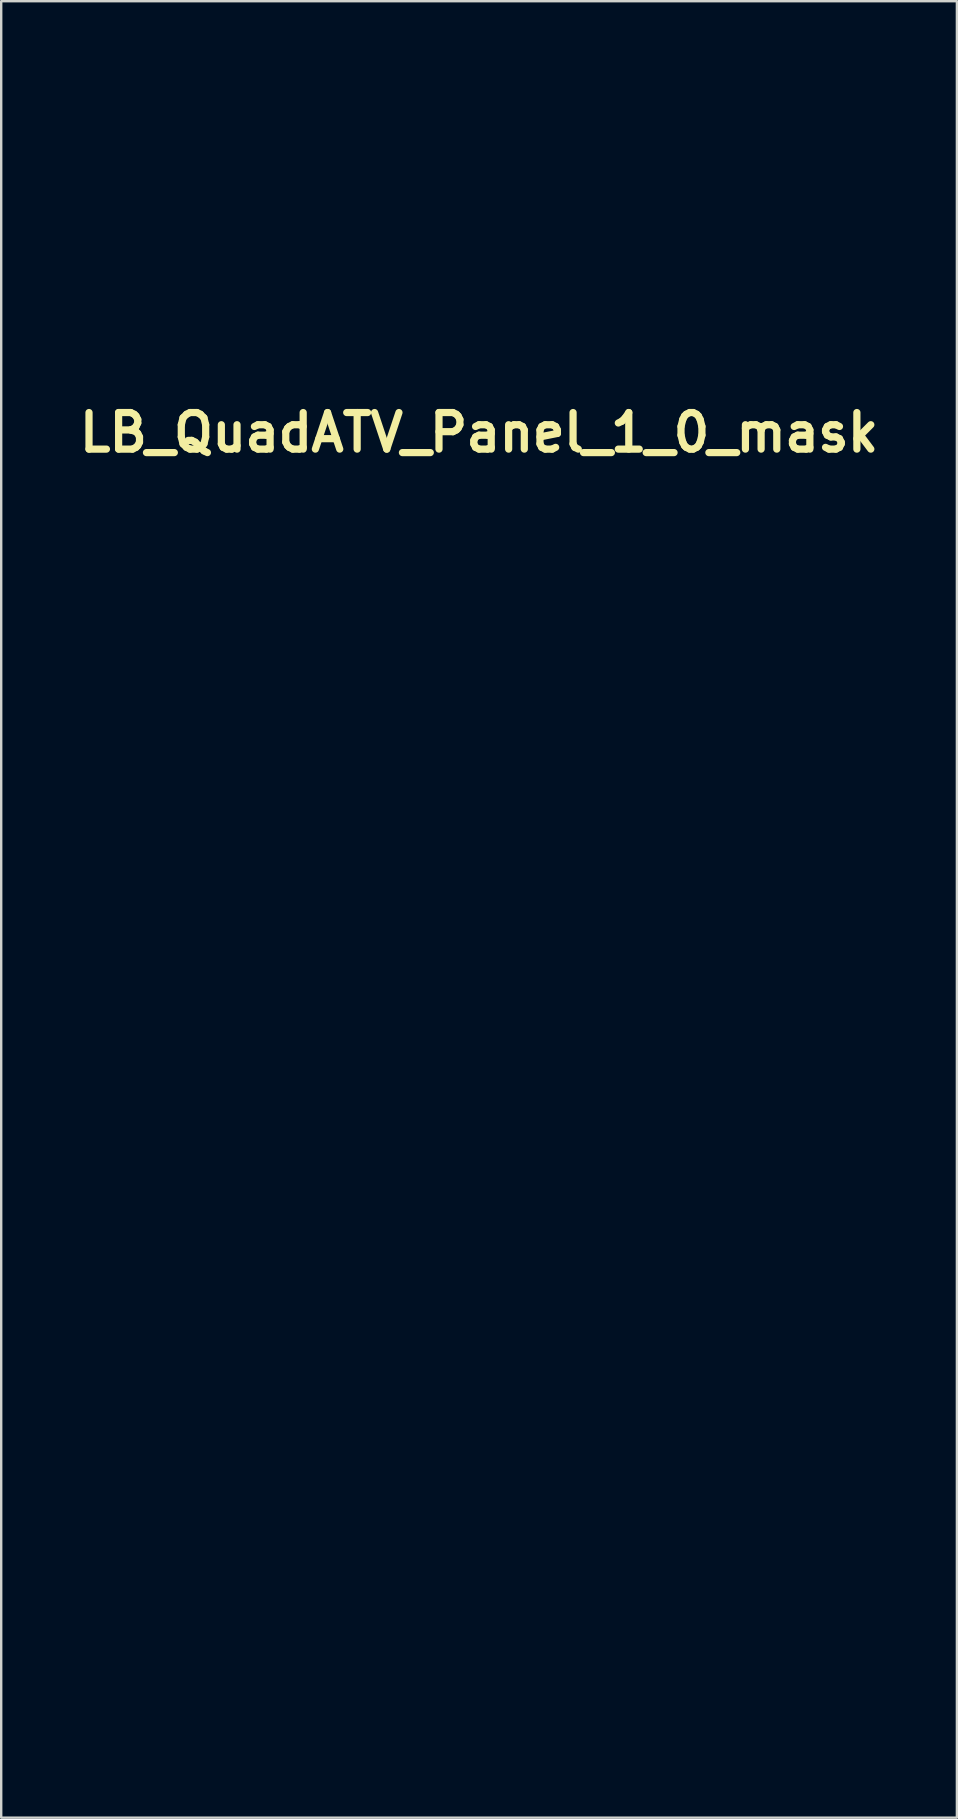
<source format=kicad_pcb>
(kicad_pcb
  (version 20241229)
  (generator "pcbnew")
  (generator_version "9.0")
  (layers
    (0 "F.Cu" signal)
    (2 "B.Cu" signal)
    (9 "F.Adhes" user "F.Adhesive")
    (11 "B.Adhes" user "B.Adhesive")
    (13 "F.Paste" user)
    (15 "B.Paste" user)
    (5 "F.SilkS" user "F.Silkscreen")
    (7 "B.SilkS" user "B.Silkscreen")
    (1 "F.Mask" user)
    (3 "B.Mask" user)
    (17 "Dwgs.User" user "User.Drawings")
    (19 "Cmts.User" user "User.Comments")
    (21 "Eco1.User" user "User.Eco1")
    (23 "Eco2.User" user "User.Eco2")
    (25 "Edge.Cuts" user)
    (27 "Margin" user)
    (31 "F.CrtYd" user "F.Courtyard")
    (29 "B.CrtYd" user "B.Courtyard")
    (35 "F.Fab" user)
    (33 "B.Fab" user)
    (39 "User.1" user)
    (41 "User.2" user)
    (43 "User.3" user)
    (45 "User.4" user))
  (footprint "LB_QuadATV_Panel_1_0_mask"
    (layer "F.Cu")
    (at 16.916 14.979)
    (property "Reference" "LB_QuadATV_Panel_1_0_mask" (at 0 0 0) (layer "F.SilkS") (effects (font (size 1.524 1.524) (thickness 0.3))))
    (attr through_hole)
    (fp_poly (pts (xy 4.064 -9.716) (xy 4.043 -9.694) (xy 4.022 -9.716) (xy 4.043 -9.737) (xy 4.064 -9.716)) (stroke (width 0.01) (type solid)) (fill yes) (layer "F.Mask"))
    (fp_poly (pts (xy 4.064 -8.954) (xy 4.043 -8.932) (xy 4.022 -8.954) (xy 4.043 -8.975) (xy 4.064 -8.954)) (stroke (width 0.01) (type solid)) (fill yes) (layer "F.Mask"))
    (fp_poly (pts (xy 4.064 -9.365) (xy 4.064 -9.356) (xy 4.031 -9.315) (xy 4.019 -9.313) (xy 3.994 -9.339) (xy 4 -9.356) (xy 4.039 -9.396) (xy 4.045 -9.398) (xy 4.064 -9.365)) (stroke (width 0.01) (type solid)) (fill yes) (layer "F.Mask"))
    (fp_poly (pts (xy 0.413 -14.046) (xy 0.427 -14.045) (xy 0.665 -14.04) (xy 0.832 -14.034) (xy 0.94 -14.024) (xy 1.001 -14.01) (xy 1.03 -13.988) (xy 1.037 -13.957) (xy 1.037 -13.949) (xy 1.033 -13.916) (xy 1.011 -13.893) (xy 0.958 -13.877) (xy 0.863 -13.866) (xy 0.713 -13.859) (xy 0.494 -13.854) (xy 0.412 -13.852) (xy 0.166 -13.849) (xy -0.009 -13.85) (xy -0.124 -13.856) (xy -0.193 -13.869) (xy -0.228 -13.89) (xy -0.239 -13.908) (xy -0.25 -13.963) (xy -0.226 -14.003) (xy -0.158 -14.029) (xy -0.035 -14.043) (xy 0.152 -14.048) (xy 0.413 -14.046)) (stroke (width 0.01) (type solid)) (fill yes) (layer "F.Mask"))
    (fp_poly (pts (xy 1.046 -5.475) (xy 1.079 -5.376) (xy 1.115 -5.278) (xy 1.175 -5.254) (xy 1.27 -5.292) (xy 1.35 -5.311) (xy 1.375 -5.293) (xy 1.357 -5.252) (xy 1.281 -5.203) (xy 1.255 -5.191) (xy 1.165 -5.148) (xy 1.129 -5.099) (xy 1.133 -5.013) (xy 1.142 -4.957) (xy 1.156 -4.832) (xy 1.137 -4.784) (xy 1.087 -4.812) (xy 1.066 -4.871) (xy 1.058 -4.965) (xy 1.049 -5.051) (xy 1.012 -5.072) (xy 0.974 -5.064) (xy 0.857 -5.028) (xy 0.804 -5.012) (xy 0.732 -5.001) (xy 0.719 -5.024) (xy 0.756 -5.065) (xy 0.835 -5.11) (xy 0.872 -5.124) (xy 0.97 -5.162) (xy 1.008 -5.209) (xy 1.005 -5.297) (xy 0.999 -5.339) (xy 0.993 -5.453) (xy 1.013 -5.501) (xy 1.046 -5.475)) (stroke (width 0.01) (type solid)) (fill yes) (layer "F.Mask"))
    (fp_poly (pts (xy 6.188 -5.058) (xy 6.189 -4.963) (xy 6.186 -4.856) (xy 6.218 -4.798) (xy 6.307 -4.755) (xy 6.325 -4.748) (xy 6.418 -4.703) (xy 6.47 -4.657) (xy 6.475 -4.625) (xy 6.422 -4.623) (xy 6.392 -4.631) (xy 6.278 -4.666) (xy 6.226 -4.682) (xy 6.168 -4.685) (xy 6.14 -4.634) (xy 6.131 -4.569) (xy 6.107 -4.453) (xy 6.075 -4.417) (xy 6.05 -4.458) (xy 6.046 -4.574) (xy 6.046 -4.582) (xy 6.05 -4.698) (xy 6.026 -4.761) (xy 5.959 -4.8) (xy 5.926 -4.813) (xy 5.843 -4.859) (xy 5.817 -4.904) (xy 5.82 -4.909) (xy 5.874 -4.931) (xy 5.926 -4.911) (xy 6.027 -4.872) (xy 6.082 -4.898) (xy 6.104 -4.981) (xy 6.13 -5.083) (xy 6.164 -5.108) (xy 6.188 -5.058)) (stroke (width 0.01) (type solid)) (fill yes) (layer "F.Mask"))
    (fp_poly (pts (xy 9.131 -11.265) (xy 9.164 -11.161) (xy 9.208 -11.009) (xy 9.248 -10.861) (xy 9.366 -10.418) (xy 9.493 -10.444) (xy 9.582 -10.452) (xy 9.605 -10.426) (xy 9.602 -10.414) (xy 9.557 -10.378) (xy 9.456 -10.333) (xy 9.328 -10.289) (xy 9.197 -10.252) (xy 9.092 -10.232) (xy 9.039 -10.237) (xy 9.018 -10.295) (xy 9.061 -10.329) (xy 9.07 -10.33) (xy 9.151 -10.342) (xy 9.194 -10.383) (xy 9.201 -10.468) (xy 9.176 -10.61) (xy 9.14 -10.747) (xy 9.091 -10.918) (xy 9.052 -11.019) (xy 9.017 -11.066) (xy 8.978 -11.071) (xy 8.971 -11.069) (xy 8.895 -11.062) (xy 8.878 -11.1) (xy 8.921 -11.165) (xy 8.975 -11.212) (xy 9.06 -11.272) (xy 9.111 -11.302) (xy 9.115 -11.303) (xy 9.131 -11.265)) (stroke (width 0.01) (type solid)) (fill yes) (layer "F.Mask"))
    (fp_poly (pts (xy -1.278 -11.013) (xy -1.245 -10.943) (xy -1.215 -10.861) (xy -1.171 -10.845) (xy -1.088 -10.889) (xy -1.065 -10.905) (xy -0.977 -10.951) (xy -0.942 -10.941) (xy -0.966 -10.888) (xy -1.033 -10.823) (xy -1.106 -10.759) (xy -1.129 -10.706) (xy -1.109 -10.627) (xy -1.084 -10.566) (xy -1.037 -10.451) (xy -1.02 -10.393) (xy -1.031 -10.374) (xy -1.058 -10.372) (xy -1.099 -10.407) (xy -1.15 -10.495) (xy -1.164 -10.527) (xy -1.229 -10.682) (xy -1.326 -10.59) (xy -1.417 -10.523) (xy -1.49 -10.498) (xy -1.523 -10.524) (xy -1.524 -10.53) (xy -1.492 -10.573) (xy -1.414 -10.635) (xy -1.397 -10.647) (xy -1.307 -10.714) (xy -1.277 -10.773) (xy -1.3 -10.855) (xy -1.335 -10.924) (xy -1.374 -11.009) (xy -1.37 -11.043) (xy -1.335 -11.049) (xy -1.278 -11.013)) (stroke (width 0.01) (type solid)) (fill yes) (layer "F.Mask"))
    (fp_poly (pts (xy 8.63 -10.822) (xy 8.619 -10.77) (xy 8.574 -10.631) (xy 8.575 -10.541) (xy 8.625 -10.473) (xy 8.677 -10.435) (xy 8.771 -10.361) (xy 8.805 -10.309) (xy 8.773 -10.287) (xy 8.769 -10.287) (xy 8.713 -10.311) (xy 8.628 -10.369) (xy 8.624 -10.372) (xy 8.529 -10.439) (xy 8.481 -10.45) (xy 8.467 -10.405) (xy 8.467 -10.398) (xy 8.448 -10.342) (xy 8.404 -10.269) (xy 8.353 -10.201) (xy 8.312 -10.164) (xy 8.299 -10.172) (xy 8.313 -10.229) (xy 8.35 -10.33) (xy 8.362 -10.359) (xy 8.399 -10.457) (xy 8.396 -10.52) (xy 8.343 -10.582) (xy 8.287 -10.631) (xy 8.212 -10.709) (xy 8.205 -10.748) (xy 8.26 -10.74) (xy 8.361 -10.685) (xy 8.437 -10.643) (xy 8.479 -10.66) (xy 8.515 -10.727) (xy 8.562 -10.802) (xy 8.607 -10.836) (xy 8.63 -10.822)) (stroke (width 0.01) (type solid)) (fill yes) (layer "F.Mask"))
    (fp_poly (pts (xy 7.544 -14.637) (xy 7.566 -14.598) (xy 7.576 -14.505) (xy 7.578 -14.377) (xy 7.578 -14.101) (xy 7.863 -14.088) (xy 8.021 -14.077) (xy 8.113 -14.058) (xy 8.155 -14.025) (xy 8.162 -14.004) (xy 8.157 -13.965) (xy 8.114 -13.941) (xy 8.016 -13.927) (xy 7.887 -13.919) (xy 7.599 -13.906) (xy 7.586 -13.642) (xy 7.576 -13.496) (xy 7.558 -13.415) (xy 7.526 -13.382) (xy 7.491 -13.377) (xy 7.446 -13.386) (xy 7.421 -13.426) (xy 7.41 -13.515) (xy 7.408 -13.652) (xy 7.408 -13.928) (xy 7.133 -13.928) (xy 6.984 -13.93) (xy 6.901 -13.942) (xy 6.865 -13.969) (xy 6.858 -14.012) (xy 6.867 -14.058) (xy 6.905 -14.084) (xy 6.992 -14.095) (xy 7.131 -14.097) (xy 7.404 -14.097) (xy 7.417 -14.361) (xy 7.429 -14.512) (xy 7.45 -14.598) (xy 7.487 -14.635) (xy 7.504 -14.639) (xy 7.544 -14.637)) (stroke (width 0.01) (type solid)) (fill yes) (layer "F.Mask"))
    (fp_poly (pts (xy -0.302 -11.056) (xy -0.297 -11.038) (xy -0.309 -10.976) (xy -0.34 -10.854) (xy -0.383 -10.696) (xy -0.403 -10.628) (xy -0.45 -10.464) (xy -0.486 -10.33) (xy -0.506 -10.249) (xy -0.508 -10.235) (xy -0.473 -10.196) (xy -0.4 -10.159) (xy -0.33 -10.116) (xy -0.317 -10.075) (xy -0.333 -10.052) (xy -0.356 -10.042) (xy -0.405 -10.047) (xy -0.499 -10.071) (xy -0.646 -10.111) (xy -0.788 -10.159) (xy -0.872 -10.208) (xy -0.889 -10.236) (xy -0.863 -10.274) (xy -0.776 -10.269) (xy -0.769 -10.267) (xy -0.709 -10.258) (xy -0.668 -10.271) (xy -0.635 -10.321) (xy -0.6 -10.425) (xy -0.557 -10.576) (xy -0.515 -10.733) (xy -0.483 -10.857) (xy -0.467 -10.926) (xy -0.466 -10.933) (xy -0.501 -10.96) (xy -0.561 -10.983) (xy -0.627 -11.007) (xy -0.615 -11.028) (xy -0.572 -11.048) (xy -0.457 -11.082) (xy -0.358 -11.084) (xy -0.302 -11.056)) (stroke (width 0.01) (type solid)) (fill yes) (layer "F.Mask"))
    (fp_poly (pts (xy -1.212 -9.677) (xy -0.969 -9.666) (xy -0.36 -9.631) (xy -0.332 -9.102) (xy -0.262 -8.49) (xy -0.117 -7.918) (xy 0.102 -7.384) (xy 0.397 -6.884) (xy 0.771 -6.416) (xy 0.842 -6.339) (xy 1.144 -6.022) (xy 0.731 -5.554) (xy 0.583 -5.389) (xy 0.455 -5.25) (xy 0.357 -5.146) (xy 0.298 -5.09) (xy 0.288 -5.083) (xy 0.242 -5.11) (xy 0.231 -5.125) (xy 0.225 -5.158) (xy 0.247 -5.207) (xy 0.304 -5.284) (xy 0.403 -5.398) (xy 0.553 -5.559) (xy 0.603 -5.611) (xy 0.806 -5.825) (xy 0.59 -6.056) (xy 0.181 -6.553) (xy -0.153 -7.089) (xy -0.411 -7.66) (xy -0.591 -8.263) (xy -0.692 -8.896) (xy -0.707 -9.085) (xy -0.732 -9.513) (xy -1.177 -9.54) (xy -1.363 -9.553) (xy -1.515 -9.568) (xy -1.615 -9.581) (xy -1.645 -9.589) (xy -1.64 -9.633) (xy -1.622 -9.656) (xy -1.562 -9.674) (xy -1.426 -9.681) (xy -1.212 -9.677)) (stroke (width 0.01) (type solid)) (fill yes) (layer "F.Mask"))
    (fp_poly (pts (xy 9.67 -9.681) (xy 9.693 -9.657) (xy 9.694 -9.643) (xy 9.654 -9.603) (xy 9.543 -9.569) (xy 9.374 -9.543) (xy 9.16 -9.528) (xy 8.996 -9.525) (xy 8.818 -9.525) (xy 8.79 -9.098) (xy 8.709 -8.445) (xy 8.553 -7.833) (xy 8.323 -7.261) (xy 8.018 -6.729) (xy 7.64 -6.238) (xy 7.521 -6.108) (xy 7.271 -5.846) (xy 7.577 -5.507) (xy 7.734 -5.323) (xy 7.825 -5.191) (xy 7.849 -5.11) (xy 7.808 -5.081) (xy 7.797 -5.081) (xy 7.76 -5.112) (xy 7.678 -5.195) (xy 7.561 -5.319) (xy 7.42 -5.473) (xy 7.352 -5.549) (xy 6.936 -6.015) (xy 7.211 -6.307) (xy 7.516 -6.662) (xy 7.77 -7.033) (xy 7.996 -7.452) (xy 8.023 -7.509) (xy 8.2 -7.941) (xy 8.321 -8.37) (xy 8.391 -8.826) (xy 8.413 -9.133) (xy 8.436 -9.652) (xy 8.678 -9.652) (xy 8.835 -9.655) (xy 9.04 -9.664) (xy 9.253 -9.676) (xy 9.307 -9.68) (xy 9.492 -9.691) (xy 9.608 -9.692) (xy 9.67 -9.681)) (stroke (width 0.01) (type solid)) (fill yes) (layer "F.Mask"))
    (fp_poly (pts (xy 1.919 -5.349) (xy 2.035 -5.297) (xy 2.134 -5.228) (xy 2.134 -5.228) (xy 2.21 -5.13) (xy 2.243 -5.031) (xy 2.244 -5.025) (xy 2.214 -4.905) (xy 2.12 -4.828) (xy 1.957 -4.789) (xy 1.831 -4.784) (xy 1.646 -4.772) (xy 1.533 -4.738) (xy 1.506 -4.717) (xy 1.455 -4.657) (xy 1.453 -4.61) (xy 1.51 -4.56) (xy 1.63 -4.492) (xy 1.739 -4.424) (xy 1.808 -4.36) (xy 1.82 -4.333) (xy 1.813 -4.292) (xy 1.78 -4.284) (xy 1.709 -4.312) (xy 1.586 -4.381) (xy 1.527 -4.416) (xy 1.405 -4.494) (xy 1.316 -4.561) (xy 1.283 -4.598) (xy 1.296 -4.658) (xy 1.35 -4.746) (xy 1.357 -4.755) (xy 1.415 -4.818) (xy 1.483 -4.852) (xy 1.587 -4.866) (xy 1.715 -4.868) (xy 1.919 -4.885) (xy 2.053 -4.934) (xy 2.114 -5.014) (xy 2.117 -5.041) (xy 2.083 -5.111) (xy 2.004 -5.186) (xy 1.911 -5.239) (xy 1.865 -5.249) (xy 1.787 -5.271) (xy 1.741 -5.318) (xy 1.75 -5.362) (xy 1.814 -5.374) (xy 1.919 -5.349)) (stroke (width 0.01) (type solid)) (fill yes) (layer "F.Mask"))
    (fp_poly (pts (xy 6.889 -5.64) (xy 6.988 -5.557) (xy 7.027 -5.442) (xy 7.027 -5.44) (xy 7.007 -5.363) (xy 6.955 -5.242) (xy 6.899 -5.135) (xy 6.828 -4.998) (xy 6.8 -4.907) (xy 6.809 -4.84) (xy 6.817 -4.824) (xy 6.847 -4.776) (xy 6.884 -4.766) (xy 6.952 -4.794) (xy 7.043 -4.846) (xy 7.197 -4.927) (xy 7.289 -4.951) (xy 7.323 -4.92) (xy 7.324 -4.914) (xy 7.29 -4.875) (xy 7.204 -4.813) (xy 7.09 -4.741) (xy 6.972 -4.675) (xy 6.873 -4.628) (xy 6.823 -4.614) (xy 6.768 -4.646) (xy 6.712 -4.708) (xy 6.666 -4.787) (xy 6.653 -4.862) (xy 6.677 -4.954) (xy 6.741 -5.087) (xy 6.781 -5.16) (xy 6.855 -5.312) (xy 6.89 -5.427) (xy 6.888 -5.474) (xy 6.826 -5.534) (xy 6.725 -5.544) (xy 6.609 -5.508) (xy 6.519 -5.439) (xy 6.438 -5.371) (xy 6.382 -5.372) (xy 6.374 -5.379) (xy 6.369 -5.434) (xy 6.423 -5.507) (xy 6.515 -5.58) (xy 6.624 -5.641) (xy 6.732 -5.671) (xy 6.755 -5.673) (xy 6.889 -5.64)) (stroke (width 0.01) (type solid)) (fill yes) (layer "F.Mask"))
    (fp_poly (pts (xy 4.175 -14.957) (xy 4.204 -14.947) (xy 4.32 -14.861) (xy 4.399 -14.721) (xy 4.438 -14.549) (xy 4.438 -14.367) (xy 4.397 -14.195) (xy 4.316 -14.057) (xy 4.231 -13.99) (xy 4.079 -13.936) (xy 3.94 -13.95) (xy 3.846 -13.992) (xy 3.741 -14.093) (xy 3.731 -14.116) (xy 3.881 -14.116) (xy 3.899 -14.093) (xy 4.028 -14.057) (xy 4.156 -14.092) (xy 4.208 -14.135) (xy 4.254 -14.218) (xy 4.27 -14.344) (xy 4.267 -14.442) (xy 4.255 -14.668) (xy 4.048 -14.399) (xy 3.944 -14.259) (xy 3.891 -14.169) (xy 3.881 -14.116) (xy 3.731 -14.116) (xy 3.671 -14.249) (xy 3.642 -14.433) (xy 3.645 -14.477) (xy 3.787 -14.477) (xy 3.789 -14.36) (xy 3.809 -14.283) (xy 3.83 -14.266) (xy 3.86 -14.298) (xy 3.927 -14.381) (xy 4.017 -14.5) (xy 4.039 -14.528) (xy 4.142 -14.678) (xy 4.187 -14.776) (xy 4.174 -14.832) (xy 4.102 -14.855) (xy 4.043 -14.858) (xy 3.931 -14.836) (xy 3.858 -14.76) (xy 3.808 -14.617) (xy 3.806 -14.606) (xy 3.787 -14.477) (xy 3.645 -14.477) (xy 3.655 -14.622) (xy 3.716 -14.792) (xy 3.723 -14.804) (xy 3.841 -14.921) (xy 3.998 -14.974) (xy 4.175 -14.957)) (stroke (width 0.01) (type solid)) (fill yes) (layer "F.Mask"))
    (fp_poly (pts (xy 2.918 -14.864) (xy 2.937 -14.807) (xy 2.967 -14.688) (xy 3.005 -14.527) (xy 3.045 -14.34) (xy 3.085 -14.146) (xy 3.121 -13.962) (xy 3.149 -13.807) (xy 3.166 -13.699) (xy 3.167 -13.656) (xy 3.123 -13.641) (xy 3.018 -13.611) (xy 2.877 -13.573) (xy 2.874 -13.572) (xy 2.43 -13.422) (xy 1.977 -13.21) (xy 1.596 -12.982) (xy 1.331 -12.783) (xy 1.052 -12.534) (xy 0.781 -12.257) (xy 0.538 -11.973) (xy 0.342 -11.703) (xy 0.296 -11.629) (xy 0.207 -11.485) (xy 0.13 -11.374) (xy 0.076 -11.313) (xy 0.064 -11.306) (xy 0.012 -11.325) (xy -0.099 -11.375) (xy -0.257 -11.451) (xy -0.446 -11.544) (xy -0.522 -11.582) (xy -0.742 -11.696) (xy -0.893 -11.78) (xy -0.984 -11.841) (xy -1.023 -11.883) (xy -1.02 -11.913) (xy -0.983 -11.93) (xy -0.917 -11.92) (xy -0.808 -11.877) (xy -0.643 -11.797) (xy -0.58 -11.765) (xy -0.187 -11.562) (xy 0.065 -11.946) (xy 0.433 -12.432) (xy 0.864 -12.869) (xy 1.348 -13.25) (xy 1.873 -13.566) (xy 2.431 -13.811) (xy 2.656 -13.886) (xy 2.803 -13.936) (xy 2.912 -13.985) (xy 2.962 -14.024) (xy 2.963 -14.029) (xy 2.955 -14.091) (xy 2.932 -14.214) (xy 2.898 -14.376) (xy 2.881 -14.459) (xy 2.839 -14.678) (xy 2.826 -14.819) (xy 2.84 -14.88) (xy 2.892 -14.892) (xy 2.918 -14.864)) (stroke (width 0.01) (type solid)) (fill yes) (layer "F.Mask"))
    (fp_poly (pts (xy 5.249 -14.864) (xy 5.25 -14.752) (xy 5.225 -14.578) (xy 5.204 -14.478) (xy 5.168 -14.306) (xy 5.14 -14.161) (xy 5.125 -14.066) (xy 5.123 -14.048) (xy 5.151 -14.001) (xy 5.24 -13.952) (xy 5.402 -13.895) (xy 5.429 -13.887) (xy 5.705 -13.79) (xy 6.016 -13.654) (xy 6.332 -13.496) (xy 6.623 -13.329) (xy 6.859 -13.17) (xy 7.127 -12.946) (xy 7.409 -12.673) (xy 7.681 -12.376) (xy 7.918 -12.082) (xy 8.042 -11.905) (xy 8.269 -11.558) (xy 8.666 -11.767) (xy 8.849 -11.86) (xy 8.971 -11.915) (xy 9.044 -11.935) (xy 9.081 -11.925) (xy 9.088 -11.913) (xy 9.101 -11.85) (xy 9.096 -11.835) (xy 9.048 -11.807) (xy 8.942 -11.751) (xy 8.795 -11.677) (xy 8.623 -11.592) (xy 8.445 -11.505) (xy 8.277 -11.424) (xy 8.136 -11.358) (xy 8.04 -11.315) (xy 8.006 -11.303) (xy 7.967 -11.337) (xy 7.902 -11.427) (xy 7.83 -11.546) (xy 7.524 -12.008) (xy 7.15 -12.431) (xy 6.72 -12.808) (xy 6.244 -13.13) (xy 5.734 -13.388) (xy 5.201 -13.573) (xy 5.133 -13.591) (xy 5.01 -13.63) (xy 4.929 -13.67) (xy 4.91 -13.692) (xy 4.918 -13.766) (xy 4.942 -13.898) (xy 4.975 -14.069) (xy 5.016 -14.261) (xy 5.059 -14.456) (xy 5.101 -14.633) (xy 5.136 -14.774) (xy 5.162 -14.861) (xy 5.17 -14.878) (xy 5.222 -14.909) (xy 5.249 -14.864)) (stroke (width 0.01) (type solid)) (fill yes) (layer "F.Mask"))
    (fp_poly (pts (xy 5.465 -5.131) (xy 5.485 -5.084) (xy 5.525 -4.974) (xy 5.577 -4.819) (xy 5.637 -4.637) (xy 5.698 -4.447) (xy 5.755 -4.266) (xy 5.802 -4.112) (xy 5.833 -4.005) (xy 5.842 -3.962) (xy 5.808 -3.94) (xy 5.781 -3.937) (xy 5.737 -3.978) (xy 5.677 -4.098) (xy 5.604 -4.294) (xy 5.581 -4.361) (xy 5.507 -4.574) (xy 5.448 -4.707) (xy 5.404 -4.763) (xy 5.388 -4.765) (xy 5.323 -4.747) (xy 5.199 -4.717) (xy 5.038 -4.681) (xy 4.985 -4.669) (xy 4.698 -4.625) (xy 4.367 -4.6) (xy 4.01 -4.595) (xy 3.65 -4.608) (xy 3.305 -4.638) (xy 2.998 -4.685) (xy 2.747 -4.747) (xy 2.691 -4.767) (xy 2.656 -4.757) (xy 2.615 -4.694) (xy 2.563 -4.569) (xy 2.497 -4.371) (xy 2.495 -4.364) (xy 2.424 -4.158) (xy 2.363 -4.016) (xy 2.316 -3.944) (xy 2.302 -3.937) (xy 2.249 -3.968) (xy 2.244 -3.99) (xy 2.257 -4.05) (xy 2.291 -4.17) (xy 2.341 -4.331) (xy 2.4 -4.515) (xy 2.463 -4.704) (xy 2.522 -4.878) (xy 2.573 -5.02) (xy 2.608 -5.11) (xy 2.619 -5.131) (xy 2.67 -5.134) (xy 2.78 -5.116) (xy 2.927 -5.081) (xy 2.963 -5.071) (xy 3.099 -5.036) (xy 3.234 -5.012) (xy 3.388 -4.995) (xy 3.578 -4.985) (xy 3.823 -4.98) (xy 4.022 -4.979) (xy 4.309 -4.979) (xy 4.529 -4.984) (xy 4.703 -4.994) (xy 4.847 -5.012) (xy 4.981 -5.038) (xy 5.101 -5.069) (xy 5.259 -5.108) (xy 5.385 -5.131) (xy 5.457 -5.135) (xy 5.465 -5.131)) (stroke (width 0.01) (type solid)) (fill yes) (layer "F.Mask"))
    (fp_poly (pts (xy 9.2 1.307) (xy 9.327 1.408) (xy 9.446 1.539) (xy 9.475 1.579) (xy 9.588 1.751) (xy 9.588 54.172) (xy 9.475 54.343) (xy 9.367 54.474) (xy 9.238 54.589) (xy 9.2 54.615) (xy 9.038 54.716) (xy 4.868 54.723) (xy 4.169 54.724) (xy 3.52 54.724) (xy 2.926 54.723) (xy 2.389 54.721) (xy 1.915 54.718) (xy 1.505 54.715) (xy 1.164 54.711) (xy 0.896 54.706) (xy 0.702 54.7) (xy 0.588 54.694) (xy 0.559 54.69) (xy 0.409 54.613) (xy 0.257 54.482) (xy 0.128 54.324) (xy 0.048 54.166) (xy 0.044 54.152) (xy 0.041 54.107) (xy 0.038 53.997) (xy 0.035 53.821) (xy 0.032 53.578) (xy 0.029 53.269) (xy 0.027 52.891) (xy 0.024 52.444) (xy 0.022 51.928) (xy 0.02 51.342) (xy 0.018 50.684) (xy 0.017 49.955) (xy 0.015 49.153) (xy 0.014 48.277) (xy 0.013 48.048) (xy 1.199 48.048) (xy 1.214 48.557) (xy 1.304 49.062) (xy 1.465 49.552) (xy 1.692 50.014) (xy 1.978 50.436) (xy 2.318 50.804) (xy 2.488 50.951) (xy 2.95 51.266) (xy 3.442 51.507) (xy 3.958 51.671) (xy 4.488 51.757) (xy 5.026 51.762) (xy 5.419 51.713) (xy 5.941 51.577) (xy 6.428 51.371) (xy 6.872 51.101) (xy 7.269 50.773) (xy 7.614 50.394) (xy 7.901 49.971) (xy 8.125 49.511) (xy 8.28 49.02) (xy 8.361 48.505) (xy 8.368 48.048) (xy 8.338 47.689) (xy 8.281 47.374) (xy 8.191 47.072) (xy 8.057 46.749) (xy 8.001 46.63) (xy 7.731 46.165) (xy 7.405 45.757) (xy 7.029 45.407) (xy 6.61 45.119) (xy 6.158 44.894) (xy 5.679 44.735) (xy 5.181 44.645) (xy 4.672 44.625) (xy 4.16 44.679) (xy 3.652 44.807) (xy 3.156 45.014) (xy 3.003 45.096) (xy 2.552 45.395) (xy 2.166 45.745) (xy 1.84 46.153) (xy 1.57 46.624) (xy 1.567 46.63) (xy 1.416 46.968) (xy 1.312 47.273) (xy 1.245 47.58) (xy 1.207 47.921) (xy 1.199 48.048) (xy 0.013 48.048) (xy 0.012 47.328) (xy 0.011 46.304) (xy 0.01 45.204) (xy 0.01 44.028) (xy 0.009 42.775) (xy 0.009 41.443) (xy 0.008 40.034) (xy 0.008 38.545) (xy 0.008 36.975) (xy 0.008 35.325) (xy 0.008 35.158) (xy 1.186 35.158) (xy 1.225 35.652) (xy 1.338 36.145) (xy 1.516 36.623) (xy 1.755 37.072) (xy 2.047 37.478) (xy 2.386 37.826) (xy 2.488 37.912) (xy 2.95 38.227) (xy 3.442 38.468) (xy 3.958 38.632) (xy 4.488 38.718) (xy 5.026 38.723) (xy 5.419 38.674) (xy 5.941 38.538) (xy 6.431 38.329) (xy 6.88 38.054) (xy 7.283 37.72) (xy 7.632 37.331) (xy 7.922 36.896) (xy 8.145 36.421) (xy 8.295 35.911) (xy 8.299 35.893) (xy 8.369 35.353) (xy 8.358 34.82) (xy 8.27 34.301) (xy 8.108 33.805) (xy 7.875 33.338) (xy 7.575 32.909) (xy 7.212 32.526) (xy 6.789 32.196) (xy 6.564 32.057) (xy 6.067 31.823) (xy 5.552 31.668) (xy 5.026 31.593) (xy 4.498 31.597) (xy 3.974 31.679) (xy 3.463 31.839) (xy 2.972 32.075) (xy 2.508 32.388) (xy 2.488 32.404) (xy 2.138 32.733) (xy 1.832 33.124) (xy 1.578 33.563) (xy 1.381 34.034) (xy 1.25 34.525) (xy 1.19 35.02) (xy 1.186 35.158) (xy 0.008 35.158) (xy 0.009 33.594) (xy 0.009 31.779) (xy 0.01 29.882) (xy 0.01 27.901) (xy 0.01 27.868) (xy 0.013 21.971) (xy 1.199 21.971) (xy 1.214 22.479) (xy 1.304 22.985) (xy 1.465 23.475) (xy 1.692 23.937) (xy 1.978 24.358) (xy 2.318 24.727) (xy 2.488 24.873) (xy 2.95 25.189) (xy 3.442 25.429) (xy 3.958 25.594) (xy 4.488 25.679) (xy 5.026 25.684) (xy 5.419 25.636) (xy 5.941 25.5) (xy 6.428 25.294) (xy 6.872 25.023) (xy 7.269 24.696) (xy 7.614 24.317) (xy 7.901 23.894) (xy 8.125 23.434) (xy 8.28 22.943) (xy 8.361 22.427) (xy 8.368 21.971) (xy 8.338 21.612) (xy 8.281 21.297) (xy 8.191 20.995) (xy 8.057 20.671) (xy 8.001 20.553) (xy 7.731 20.088) (xy 7.405 19.68) (xy 7.029 19.33) (xy 6.61 19.042) (xy 6.158 18.817) (xy 5.679 18.658) (xy 5.181 18.568) (xy 4.672 18.548) (xy 4.16 18.601) (xy 3.652 18.73) (xy 3.156 18.937) (xy 3.003 19.019) (xy 2.552 19.317) (xy 2.166 19.668) (xy 1.84 20.076) (xy 1.57 20.546) (xy 1.567 20.553) (xy 1.416 20.89) (xy 1.312 21.196) (xy 1.245 21.503) (xy 1.207 21.844) (xy 1.199 21.971) (xy 0.013 21.971) (xy 0.018 9.341) (xy 1.197 9.341) (xy 1.233 9.77) (xy 1.292 10.075) (xy 1.38 10.347) (xy 1.511 10.653) (xy 1.668 10.963) (xy 1.839 11.248) (xy 2.006 11.481) (xy 2.009 11.483) (xy 2.381 11.867) (xy 2.805 12.189) (xy 3.27 12.445) (xy 3.766 12.631) (xy 4.285 12.744) (xy 4.815 12.78) (xy 5.348 12.736) (xy 5.419 12.724) (xy 5.954 12.586) (xy 6.451 12.374) (xy 6.905 12.093) (xy 7.309 11.748) (xy 7.658 11.343) (xy 7.946 10.882) (xy 8.001 10.774) (xy 8.151 10.436) (xy 8.255 10.131) (xy 8.322 9.824) (xy 8.36 9.483) (xy 8.368 9.356) (xy 8.354 8.825) (xy 8.262 8.312) (xy 8.097 7.825) (xy 7.864 7.37) (xy 7.568 6.953) (xy 7.216 6.581) (xy 6.812 6.261) (xy 6.361 5.999) (xy 5.869 5.803) (xy 5.419 5.691) (xy 4.884 5.635) (xy 4.359 5.659) (xy 3.851 5.758) (xy 3.366 5.927) (xy 2.912 6.162) (xy 2.496 6.458) (xy 2.125 6.81) (xy 1.806 7.213) (xy 1.545 7.664) (xy 1.351 8.156) (xy 1.263 8.494) (xy 1.207 8.904) (xy 1.197 9.341) (xy 0.018 9.341) (xy 0.021 1.751) (xy 0.135 1.579) (xy 0.242 1.449) (xy 0.372 1.333) (xy 0.41 1.307) (xy 0.572 1.206) (xy 9.038 1.206) (xy 9.2 1.307)) (stroke (width 0.01) (type solid)) (fill yes) (layer "F.Mask")))
  (gr_rect
    (start -3 -3)
    (end 36.833 72.708)
    (stroke (width 0.1) (type default))
    (fill no)
    (layer "Edge.Cuts")))
</source>
